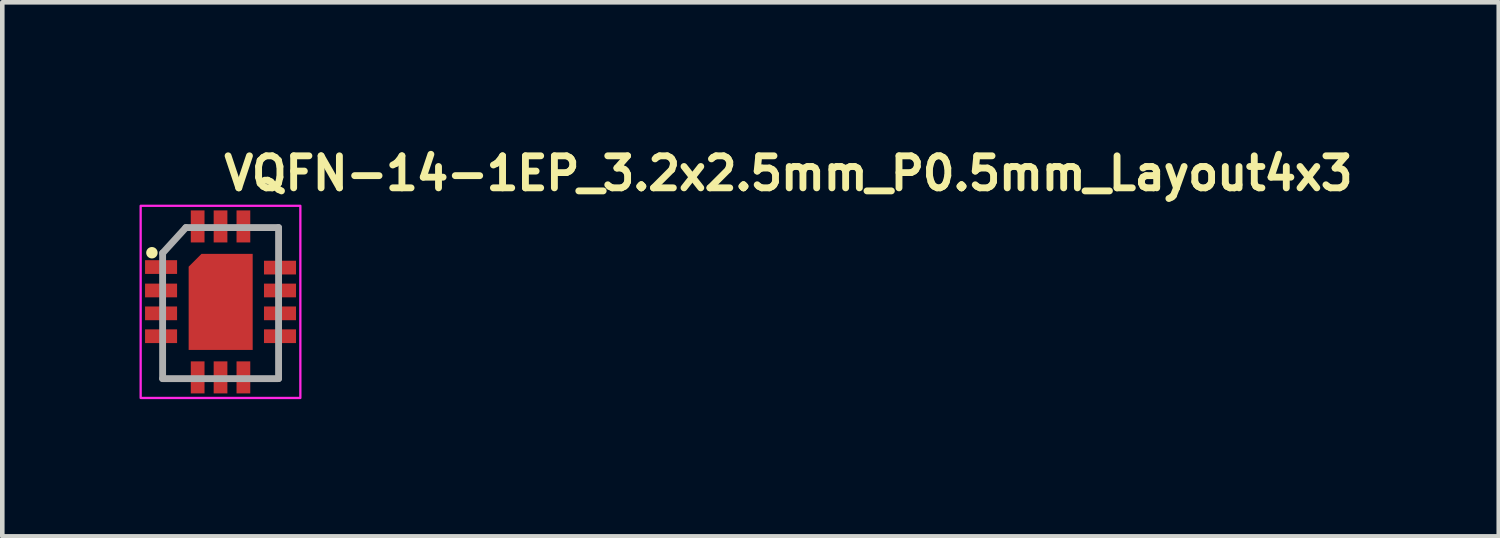
<source format=kicad_pcb>
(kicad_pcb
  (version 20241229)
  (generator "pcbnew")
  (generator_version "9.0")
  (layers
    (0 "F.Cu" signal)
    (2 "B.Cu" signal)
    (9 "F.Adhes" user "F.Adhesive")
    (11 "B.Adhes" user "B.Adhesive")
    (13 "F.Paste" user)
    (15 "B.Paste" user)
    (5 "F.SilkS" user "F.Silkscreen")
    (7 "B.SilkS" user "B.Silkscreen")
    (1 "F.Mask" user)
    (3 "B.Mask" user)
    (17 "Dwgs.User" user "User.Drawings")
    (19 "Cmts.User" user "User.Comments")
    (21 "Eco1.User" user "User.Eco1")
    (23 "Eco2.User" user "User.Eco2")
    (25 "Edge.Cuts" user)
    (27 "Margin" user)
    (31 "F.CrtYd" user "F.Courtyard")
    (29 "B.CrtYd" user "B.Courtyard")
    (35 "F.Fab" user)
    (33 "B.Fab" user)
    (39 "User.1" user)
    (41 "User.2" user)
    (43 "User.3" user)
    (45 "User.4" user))
  (footprint "VQFN-14-1EP_3.2x2.5mm_P0.5mm_Layout4x3"
    (layer "F.Cu")
    (at 1.771 3.55)
    (property "Reference" "VQFN-14-1EP_3.2x2.5mm_P0.5mm_Layout4x3" (at 0 -2.4 0) (unlocked yes) (layer "F.SilkS") (effects (font (size 0.7 0.7) (thickness 0.15)) (justify left bottom)))
    (attr smd)
    (fp_circle (center -1.5 -1.075) (end -1.45 -1.075) (stroke (width 0.15) (type solid)) (fill yes) (layer "F.SilkS"))
    (fp_rect (start -1.746 -2.101) (end 1.745 2.1) (stroke (width 0.05) (type solid)) (fill no) (layer "F.CrtYd"))
    (fp_line (start -1.266 -1.067) (end -0.758 -1.625) (stroke (width 0.15) (type solid)) (layer "F.Fab"))
    (fp_line (start -1.266 1.677) (end -1.266 -1.067) (stroke (width 0.15) (type solid)) (layer "F.Fab"))
    (fp_line (start -1.266 1.677) (end 1.269 1.677) (stroke (width 0.15) (type solid)) (layer "F.Fab"))
    (fp_line (start 1.269 -1.625) (end -0.758 -1.625) (stroke (width 0.15) (type solid)) (layer "F.Fab"))
    (fp_line (start 1.269 1.677) (end 1.269 -1.625) (stroke (width 0.15) (type solid)) (layer "F.Fab"))
    (fp_rect (start -1.246 -1.601) (end 1.245 1.6) (stroke (width 0.1) (type solid)) (fill no) (layer "User.5"))
    (fp_rect (start -1.245 -1.6) (end 1.245 1.6) (stroke (width 0.02) (type default)) (fill no) (layer "User.9"))
    (fp_circle (center -0.85 -1.075) (end -0.725 -1.075) (stroke (width 0.02) (type default)) (fill no) (layer "User.9"))
    (pad "1" smd rect (at -1.3 -0.762 90) (size 0.3 0.7) (layers "F.Cu" "F.Mask" "F.Paste"))
    (pad "2" smd rect (at -1.3 -0.25 90) (size 0.3 0.7) (layers "F.Cu" "F.Mask" "F.Paste"))
    (pad "3" smd rect (at -1.3 0.25 90) (size 0.3 0.7) (layers "F.Cu" "F.Mask" "F.Paste"))
    (pad "4" smd rect (at -1.3 0.75 90) (size 0.3 0.7) (layers "F.Cu" "F.Mask" "F.Paste"))
    (pad "5" smd rect (at -0.5 1.65) (size 0.3 0.7) (layers "F.Cu" "F.Mask" "F.Paste"))
    (pad "6" smd rect (at 0 1.65) (size 0.3 0.7) (layers "F.Cu" "F.Mask" "F.Paste"))
    (pad "7" smd rect (at 0.5 1.65) (size 0.3 0.7) (layers "F.Cu" "F.Mask" "F.Paste"))
    (pad "8" smd rect (at 1.3 0.75 270) (size 0.3 0.7) (layers "F.Cu" "F.Mask" "F.Paste"))
    (pad "9" smd rect (at 1.3 0.25 270) (size 0.3 0.7) (layers "F.Cu" "F.Mask" "F.Paste"))
    (pad "10" smd rect (at 1.3 -0.25 270) (size 0.3 0.7) (layers "F.Cu" "F.Mask" "F.Paste"))
    (pad "11" smd rect (at 1.3 -0.75 270) (size 0.3 0.7) (layers "F.Cu" "F.Mask" "F.Paste"))
    (pad "12" smd rect (at 0.5 -1.65 180) (size 0.3 0.7) (layers "F.Cu" "F.Mask" "F.Paste"))
    (pad "13" smd rect (at 0 -1.65 180) (size 0.3 0.7) (layers "F.Cu" "F.Mask" "F.Paste"))
    (pad "14" smd rect (at -0.5 -1.65 180) (size 0.3 0.7) (layers "F.Cu" "F.Mask" "F.Paste"))
    (pad "15" smd roundrect (at 0.003 0 90) (size 2.1 1.4) (layers "F.Cu" "F.Mask" "F.Paste") (roundrect_rratio 0) (chamfer_ratio 0.2) (chamfer top_right)))
  (gr_rect
    (start -3 -3)
    (end 29.714 8.675)
    (stroke (width 0.1) (type default))
    (fill no)
    (layer "Edge.Cuts")))
</source>
